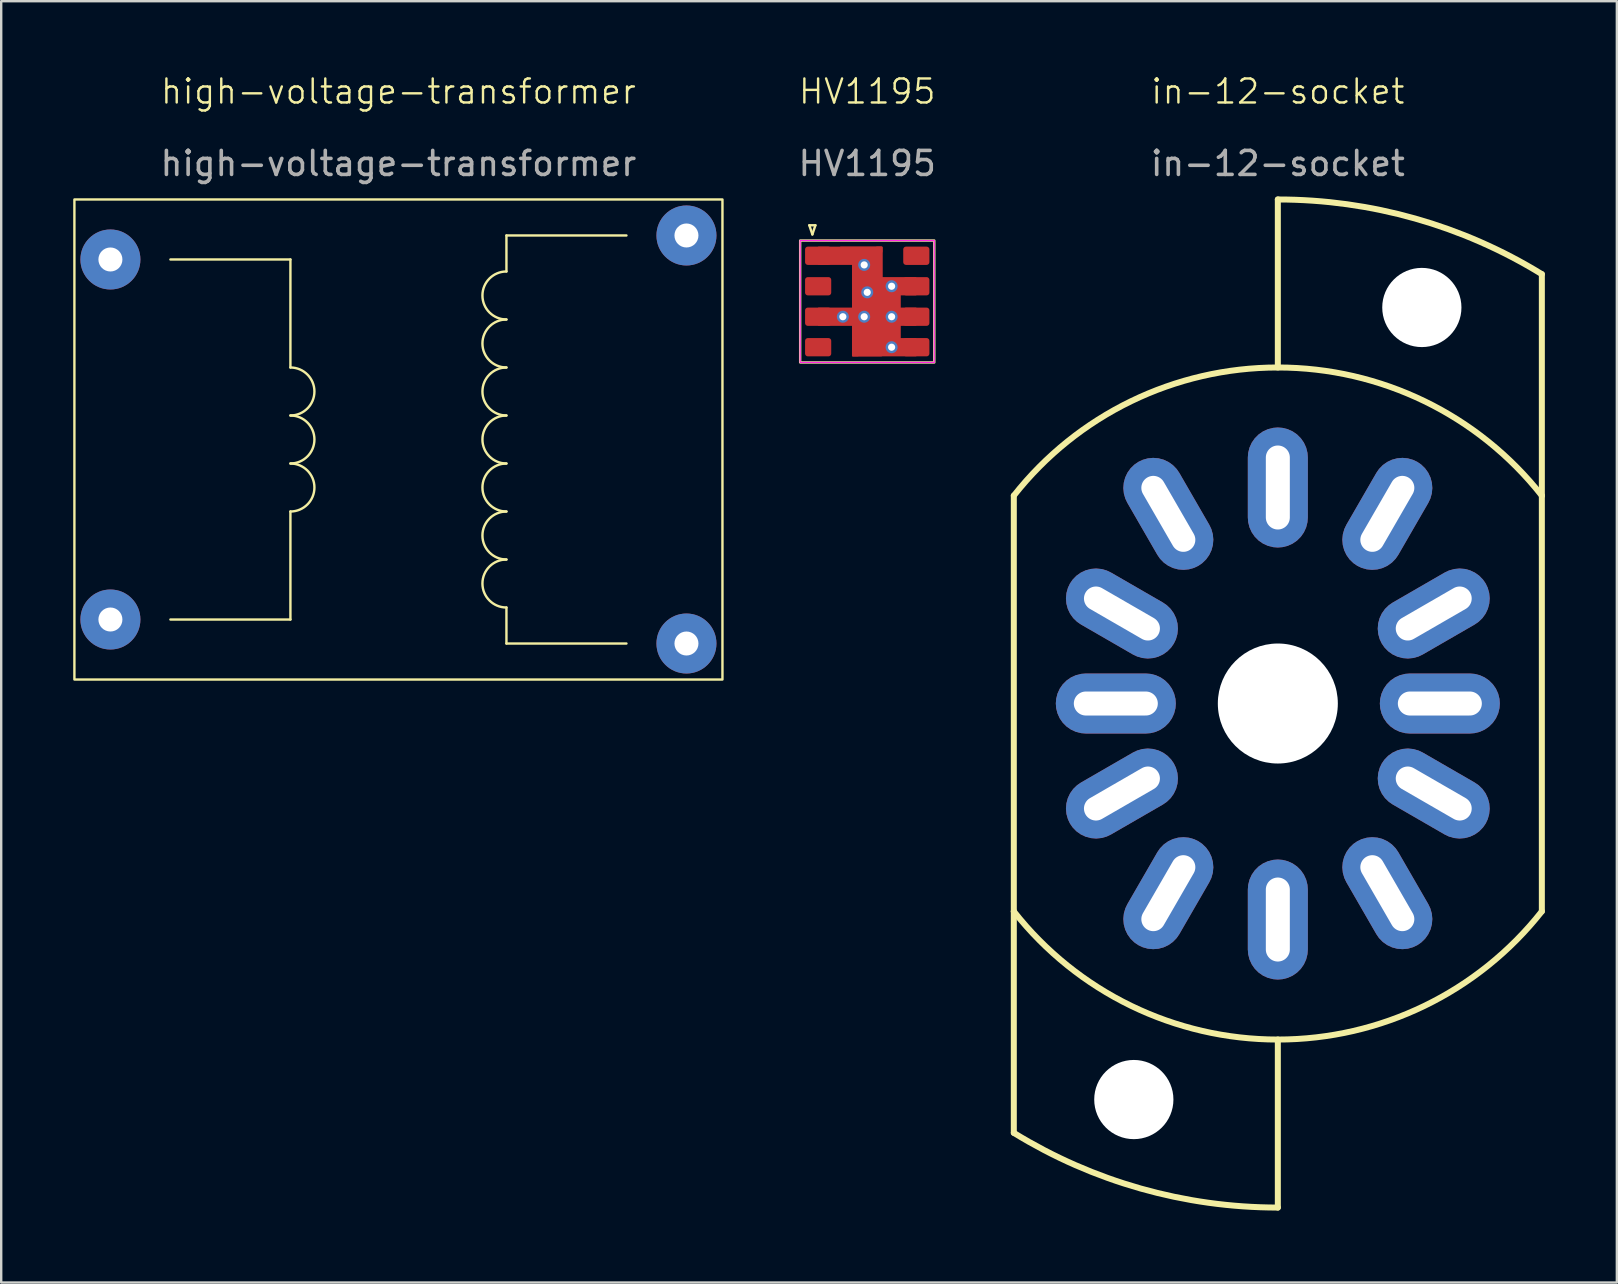
<source format=kicad_pcb>
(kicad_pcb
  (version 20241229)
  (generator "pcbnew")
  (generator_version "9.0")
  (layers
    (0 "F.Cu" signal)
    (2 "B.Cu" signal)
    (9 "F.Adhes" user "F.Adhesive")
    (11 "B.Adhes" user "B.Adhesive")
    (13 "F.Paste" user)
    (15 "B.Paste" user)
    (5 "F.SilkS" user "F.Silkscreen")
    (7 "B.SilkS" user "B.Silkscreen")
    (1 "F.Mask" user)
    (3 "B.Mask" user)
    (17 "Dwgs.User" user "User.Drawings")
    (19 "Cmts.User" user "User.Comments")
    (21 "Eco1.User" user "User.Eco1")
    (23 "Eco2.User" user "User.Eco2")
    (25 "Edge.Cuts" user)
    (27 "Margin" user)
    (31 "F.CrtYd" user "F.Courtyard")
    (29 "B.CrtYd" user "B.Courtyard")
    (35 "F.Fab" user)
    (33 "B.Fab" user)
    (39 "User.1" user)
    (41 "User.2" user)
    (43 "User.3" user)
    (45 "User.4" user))
  (footprint "HV1195"
    (layer "F.Cu")
    (at 33.082 9.511)
    (property "Reference" "HV1195" (at 0 -8.75 0) (unlocked yes) (layer "F.SilkS") (effects (font (size 1 1) (thickness 0.1))))
    (attr through_hole)
    (fp_line (start -2.413 -3.175) (end -2.159 -3.175) (stroke (width 0.1) (type default)) (layer "F.SilkS"))
    (fp_line (start -2.286 -2.794) (end -2.413 -3.175) (stroke (width 0.1) (type default)) (layer "F.SilkS"))
    (fp_line (start -2.159 -3.175) (end -2.286 -2.794) (stroke (width 0.1) (type default)) (layer "F.SilkS"))
    (fp_rect (start -2.794 -2.54) (end 2.794 2.54) (stroke (width 0.1) (type default)) (fill no) (layer "F.SilkS"))
    (fp_rect (start -2.794 -2.54) (end 2.794 2.54) (stroke (width 0.05) (type default)) (fill no) (layer "F.CrtYd"))
    (fp_text user "${REFERENCE}" (at 0 -5.75 0) (unlocked yes) (layer "F.Fab") (effects (font (size 1 1) (thickness 0.15))))
    (pad "1" smd roundrect (at -2.045 -1.905) (size 1.09 0.762) (layers "F.Cu" "F.Mask" "F.Paste") (roundrect_rratio 0.15))
    (pad "1" smd roundrect (at -2.045 0.635) (size 1.09 0.762) (layers "F.Cu" "F.Mask" "F.Paste") (roundrect_rratio 0.15))
    (pad "1" smd custom (at -1.3 0.9) (size 0.27 0.135) (layers "F.Cu") (options (anchor rect)) (primitives (gr_poly (pts (xy -0.745 -3.186) (xy 1.935 -3.186) (xy 1.935 -1.916) (xy 3.345 -1.916) (xy 3.345 -1.154) (xy 2.697 -1.154) (xy 2.697 -0.646) (xy 3.345 -0.646) (xy 3.345 0.116) (xy 2.697 0.116) (xy 2.697 0.624) (xy 3.345 0.624) (xy 3.345 1.386) (xy 0.665 1.386) (xy 0.665 0.116) (xy -0.745 0.116) (xy -0.745 -0.646) (xy 0.665 -0.646) (xy 0.665 -2.424) (xy -0.745 -2.424)) (width 0) (fill yes))))
    (pad "1" thru_hole circle (at -1.016 0.635) (size 0.5 0.5) (drill 0.3) (layers "*.Cu"))
    (pad "1" smd roundrect (at -0.495 -0.445) (size 0.279 1.143) (layers "F.Cu" "F.Mask" "F.Paste") (roundrect_rratio 0.15))
    (pad "1" smd roundrect (at -0.495 1.714) (size 0.279 1.143) (layers "F.Cu" "F.Mask" "F.Paste") (roundrect_rratio 0.15))
    (pad "1" smd roundrect (at -0.254 -2.159) (size 1.778 0.254) (layers "F.Cu" "F.Mask" "F.Paste") (roundrect_rratio 0.15))
    (pad "1" thru_hole circle (at -0.127 -1.524) (size 0.5 0.5) (drill 0.3) (layers "*.Cu"))
    (pad "1" thru_hole circle (at -0.127 0.635) (size 0.5 0.5) (drill 0.3) (layers "*.Cu"))
    (pad "1" smd roundrect (at 0 -0.864 180) (size 1.27 0.305) (layers "F.Cu" "F.Mask" "F.Paste") (roundrect_rratio 0.15))
    (pad "1" thru_hole circle (at 0 -0.381) (size 0.5 0.5) (drill 0.3) (layers "*.Cu"))
    (pad "1" smd roundrect (at 0 2.134) (size 1.27 0.305) (layers "F.Cu" "F.Mask" "F.Paste") (roundrect_rratio 0.15))
    (pad "1" smd roundrect (at 0.495 -1.499) (size 0.279 1.575) (layers "F.Cu" "F.Mask" "F.Paste") (roundrect_rratio 0.15))
    (pad "1" thru_hole circle (at 1.016 -0.635) (size 0.5 0.5) (drill 0.3) (layers "*.Cu"))
    (pad "1" thru_hole circle (at 1.016 0.635) (size 0.5 0.5) (drill 0.3) (layers "*.Cu"))
    (pad "1" thru_hole circle (at 1.016 1.905) (size 0.5 0.5) (drill 0.3) (layers "*.Cu"))
    (pad "1" smd roundrect (at 2.045 -0.635) (size 1.09 0.762) (layers "F.Cu" "F.Mask" "F.Paste") (roundrect_rratio 0.15))
    (pad "1" smd roundrect (at 2.045 0.635) (size 1.09 0.762) (layers "F.Cu" "F.Mask" "F.Paste") (roundrect_rratio 0.15))
    (pad "1" smd roundrect (at 2.045 1.905) (size 1.09 0.762) (layers "F.Cu" "F.Mask" "F.Paste") (roundrect_rratio 0.15))
    (pad "2" smd roundrect (at -2.045 -0.635) (size 1.09 0.762) (layers "F.Cu" "F.Mask" "F.Paste") (roundrect_rratio 0.15))
    (pad "4" smd roundrect (at -2.045 1.905) (size 1.09 0.762) (layers "F.Cu" "F.Mask" "F.Paste") (roundrect_rratio 0.15))
    (pad "8" smd roundrect (at 2.045 -1.905) (size 1.09 0.762) (layers "F.Cu" "F.Mask" "F.Paste") (roundrect_rratio 0.15)))
  (footprint "in-12-socket"
    (layer "F.Cu")
    (at 50.189 26.261)
    (property "Reference" "in-12-socket" (at 0 -25.5 0) (unlocked yes) (layer "F.SilkS") (effects (font (size 1 1) (thickness 0.1))))
    (attr smd)
    (fp_line (start -11 -8.661) (end -11 8.661) (stroke (width 0.25) (type default)) (layer "F.SilkS"))
    (fp_line (start -11 8.661) (end -11 17.889) (stroke (width 0.25) (type default)) (layer "F.SilkS"))
    (fp_line (start 0 -21) (end 0 -14) (stroke (width 0.25) (type default)) (layer "F.SilkS"))
    (fp_line (start 0 21) (end 0 14) (stroke (width 0.25) (type default)) (layer "F.SilkS"))
    (fp_line (start 11 -8.661) (end 11 -17.889) (stroke (width 0.25) (type default)) (layer "F.SilkS"))
    (fp_line (start 11 -8.661) (end 11 8.661) (stroke (width 0.25) (type default)) (layer "F.SilkS"))
    (fp_arc (start -11 -8.6605) (mid 0 -14.000152) (end 11 -8.6605) (stroke (width 0.25) (type default)) (layer "F.SilkS"))
    (fp_arc (start 0 -20.999962) (mid 5.715794 -20.20713) (end 11 -17.888499) (stroke (width 0.25) (type default)) (layer "F.SilkS"))
    (fp_arc (start 0 20.999962) (mid -5.715794 20.20713) (end -11 17.888499) (stroke (width 0.25) (type default)) (layer "F.SilkS"))
    (fp_arc (start 11 8.6605) (mid 0 14.000152) (end -11 8.6605) (stroke (width 0.25) (type default)) (layer "F.SilkS"))
    (fp_text user "${REFERENCE}" (at 0 -22.5 0) (unlocked yes) (layer "F.Fab") (effects (font (size 1 1) (thickness 0.15))))
    (pad "" np_thru_hole circle (at -6 16.5 90) (size 3.3 3.3) (drill 3.3) (layers "*.Cu" "*.Mask"))
    (pad "" np_thru_hole circle (at 0 0 90) (size 5 5) (drill 5) (layers "*.Cu" "*.Mask"))
    (pad "" np_thru_hole circle (at 6 -16.5 90) (size 3.3 3.3) (drill 3.3) (layers "*.Cu" "*.Mask"))
    (pad "1" thru_hole roundrect (at -4.562 -7.902 30) (size 2.5 5) (drill oval 1 3.5) (layers "*.Cu" "*.Mask") (roundrect_rratio 0.5))
    (pad "2" thru_hole roundrect (at -6.495 -3.75 60) (size 2.5 5) (drill oval 1 3.5) (layers "*.Cu" "*.Mask") (roundrect_rratio 0.5))
    (pad "3" thru_hole roundrect (at -6.75 0 90) (size 2.5 5) (drill oval 1 3.5) (layers "*.Cu" "*.Mask") (roundrect_rratio 0.5))
    (pad "4" thru_hole roundrect (at -6.495 3.75 120) (size 2.5 5) (drill oval 1 3.5) (layers "*.Cu" "*.Mask") (roundrect_rratio 0.5))
    (pad "5" thru_hole roundrect (at -4.562 7.902 150) (size 2.5 5) (drill oval 1 3.5) (layers "*.Cu" "*.Mask") (roundrect_rratio 0.5))
    (pad "6" thru_hole roundrect (at 0 9 180) (size 2.5 5) (drill oval 1 3.5) (layers "*.Cu" "*.Mask") (roundrect_rratio 0.5))
    (pad "7" thru_hole roundrect (at 4.562 7.902 210) (size 2.5 5) (drill oval 1 3.5) (layers "*.Cu" "*.Mask") (roundrect_rratio 0.5))
    (pad "8" thru_hole roundrect (at 6.495 3.75 240) (size 2.5 5) (drill oval 1 3.5) (layers "*.Cu" "*.Mask") (roundrect_rratio 0.5))
    (pad "9" thru_hole roundrect (at 6.75 0 270) (size 2.5 5) (drill oval 1 3.5) (layers "*.Cu" "*.Mask") (roundrect_rratio 0.5))
    (pad "10" thru_hole roundrect (at 6.495 -3.75 300) (size 2.5 5) (drill oval 1 3.5) (layers "*.Cu" "*.Mask") (roundrect_rratio 0.5))
    (pad "11" thru_hole roundrect (at 4.562 -7.902 330) (size 2.5 5) (drill oval 1 3.5) (layers "*.Cu" "*.Mask") (roundrect_rratio 0.5))
    (pad "12" thru_hole roundrect (at 0 -9) (size 2.5 5) (drill oval 1 3.5) (layers "*.Cu" "*.Mask") (roundrect_rratio 0.5)))
  (footprint "high-voltage-transformer"
    (layer "F.Cu")
    (at 13.55 15.261)
    (property "Reference" "high-voltage-transformer" (at 0 -14.5 0) (unlocked yes) (layer "F.SilkS") (effects (font (size 1 1) (thickness 0.1))))
    (attr through_hole)
    (fp_line (start -9.5 -7.5) (end -4.5 -7.5) (stroke (width 0.1) (type default)) (layer "F.SilkS"))
    (fp_line (start -4.5 -7.5) (end -4.5 -3) (stroke (width 0.1) (type default)) (layer "F.SilkS"))
    (fp_line (start -4.5 7.5) (end -9.5 7.5) (stroke (width 0.1) (type default)) (layer "F.SilkS"))
    (fp_line (start -4.5 7.5) (end -4.5 3) (stroke (width 0.1) (type default)) (layer "F.SilkS"))
    (fp_line (start 4.5 -8.5) (end 4.5 -7) (stroke (width 0.1) (type default)) (layer "F.SilkS"))
    (fp_line (start 4.5 7) (end 4.5 8.5) (stroke (width 0.1) (type default)) (layer "F.SilkS"))
    (fp_line (start 4.5 8.5) (end 9.5 8.5) (stroke (width 0.1) (type default)) (layer "F.SilkS"))
    (fp_line (start 9.5 -8.5) (end 4.5 -8.5) (stroke (width 0.1) (type default)) (layer "F.SilkS"))
    (fp_rect (start -13.5 -10) (end 13.5 10) (stroke (width 0.1) (type default)) (fill no) (layer "F.SilkS"))
    (fp_arc (start -4.5 -3) (mid -3.5 -2) (end -4.5 -1) (stroke (width 0.1) (type default)) (layer "F.SilkS"))
    (fp_arc (start -4.5 -1) (mid -3.5 0) (end -4.5 1) (stroke (width 0.1) (type default)) (layer "F.SilkS"))
    (fp_arc (start -4.5 1) (mid -3.5 2) (end -4.5 3) (stroke (width 0.1) (type default)) (layer "F.SilkS"))
    (fp_arc (start 4.5 -5) (mid 3.5 -6) (end 4.5 -7) (stroke (width 0.1) (type default)) (layer "F.SilkS"))
    (fp_arc (start 4.5 -3) (mid 3.5 -4) (end 4.5 -5) (stroke (width 0.1) (type default)) (layer "F.SilkS"))
    (fp_arc (start 4.5 -1) (mid 3.5 -2) (end 4.5 -3) (stroke (width 0.1) (type default)) (layer "F.SilkS"))
    (fp_arc (start 4.5 1) (mid 3.5 0) (end 4.5 -1) (stroke (width 0.1) (type default)) (layer "F.SilkS"))
    (fp_arc (start 4.5 3) (mid 3.5 2) (end 4.5 1) (stroke (width 0.1) (type default)) (layer "F.SilkS"))
    (fp_arc (start 4.5 5) (mid 3.5 4) (end 4.5 3) (stroke (width 0.1) (type default)) (layer "F.SilkS"))
    (fp_arc (start 4.5 7) (mid 3.5 6) (end 4.5 5) (stroke (width 0.1) (type default)) (layer "F.SilkS"))
    (fp_text user "${REFERENCE}" (at 0 -11.5 0) (unlocked yes) (layer "F.Fab") (effects (font (size 1 1) (thickness 0.15))))
    (pad "1" thru_hole circle (at -12 -7.5) (size 2.5 2.5) (drill 1) (layers "*.Cu" "*.Mask"))
    (pad "2" thru_hole circle (at -12 7.5) (size 2.5 2.5) (drill 1) (layers "*.Cu" "*.Mask"))
    (pad "3" thru_hole circle (at 12 -8.5) (size 2.5 2.5) (drill 1) (layers "*.Cu" "*.Mask"))
    (pad "4" thru_hole circle (at 12 8.5) (size 2.5 2.5) (drill 1) (layers "*.Cu" "*.Mask")))
  (gr_rect
    (start -3 -3)
    (end 64.314 50.385)
    (stroke (width 0.1) (type default))
    (fill no)
    (layer "Edge.Cuts")))
</source>
